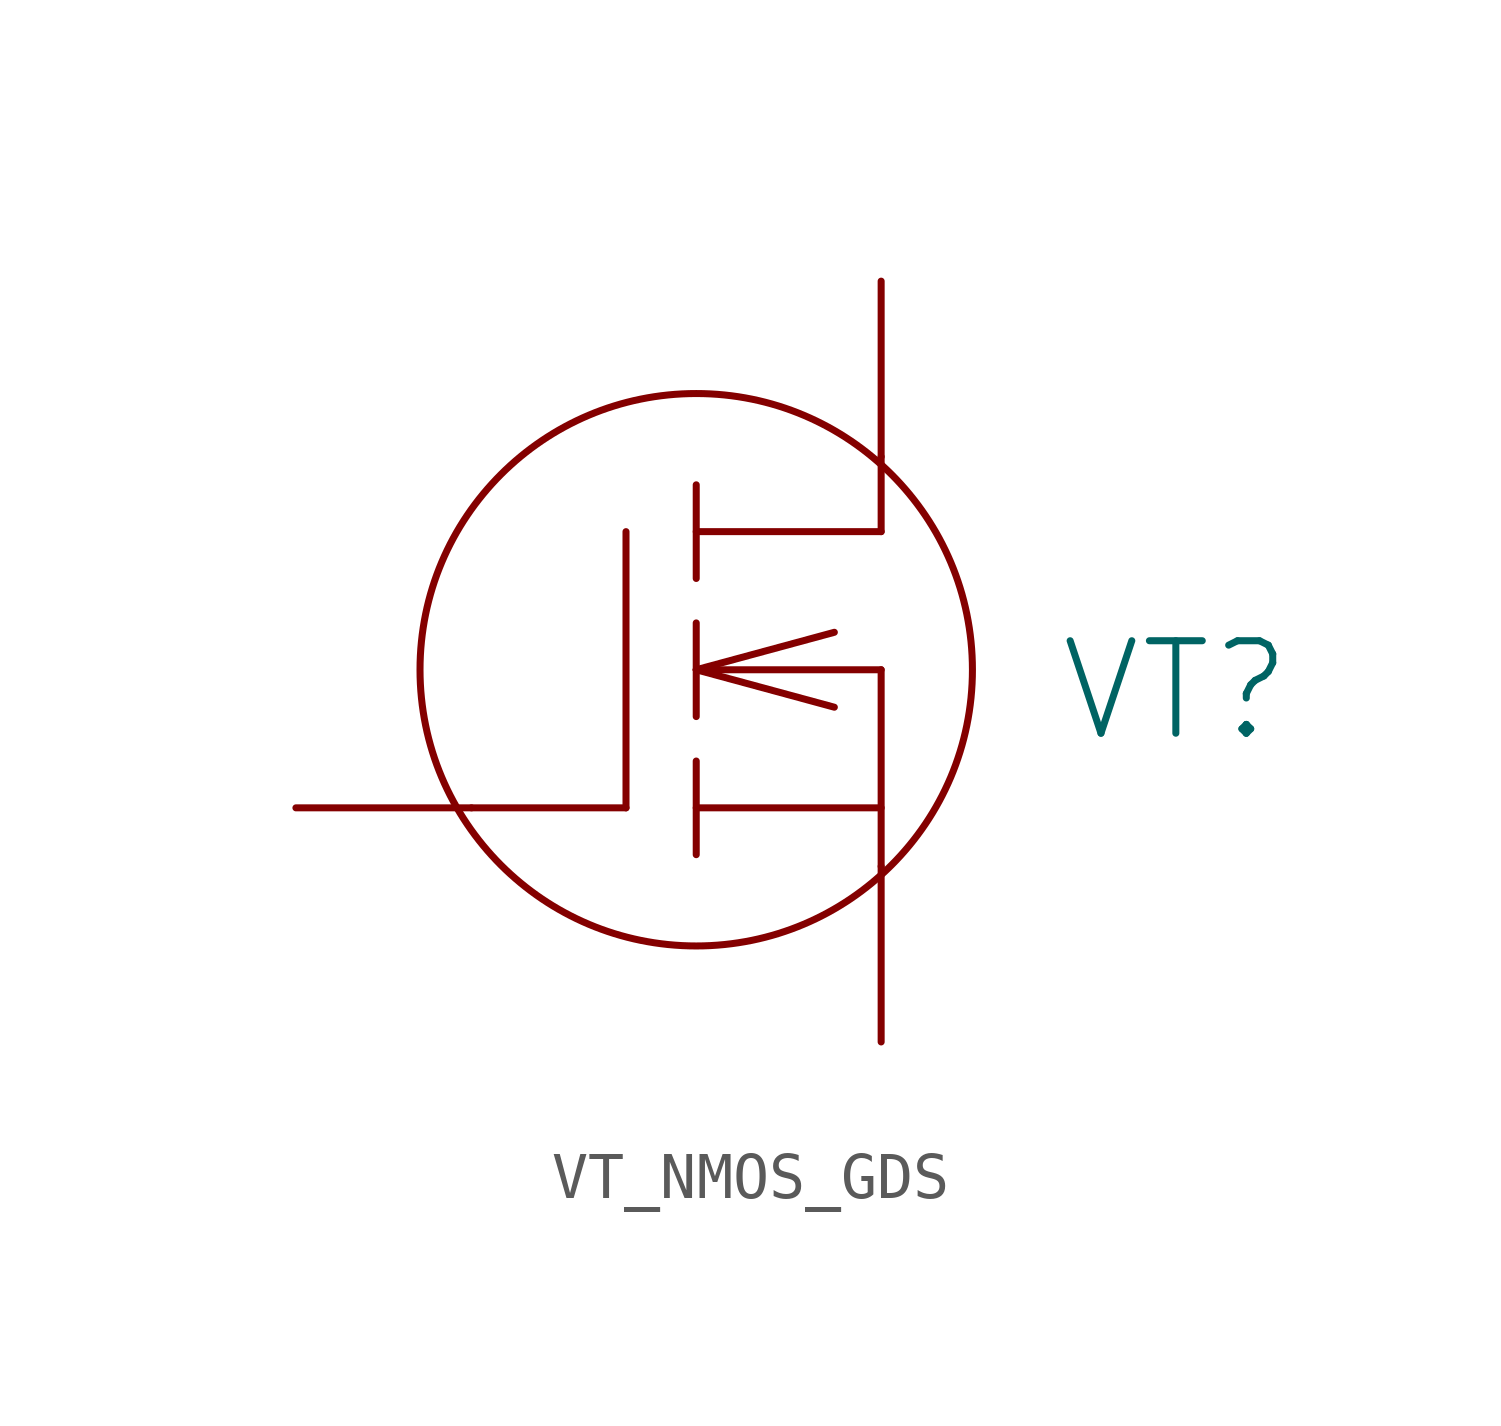
<source format=kicad_sym>
(kicad_symbol_lib
  (version 20231120)
  (generator "kicad_symbol_editor")
  (generator_version "8.0")
  (symbol "VT_NMOS_GDS"
    (pin_numbers hide)
    (pin_names
      (offset 0) hide)
    (property "Reference" "VT"
      (at 7.62 0 0)
      (effects (font (size 2.007 2.007)) (justify left)))
    (symbol "VT_NMOS_GDS_0_1"
      (circle (center -0.203 0.457) (radius 5.994) (stroke (width 0) (type solid)) (fill (type none)))
      (polyline (pts (xy -5.08 -2.54) (xy -1.727 -2.54)) (stroke (width 0) (type solid)) (fill (type none)))
      (polyline (pts (xy -1.727 -2.54) (xy -1.727 3.454)) (stroke (width 0) (type solid)) (fill (type none)))
      (polyline (pts (xy -0.203 -2.54) (xy 3.81 -2.54)) (stroke (width 0) (type solid)) (fill (type none)))
      (polyline (pts (xy -0.203 -1.524) (xy -0.203 -3.556)) (stroke (width 0) (type solid)) (fill (type none)))
      (polyline (pts (xy -0.203 0.457) (xy 2.794 -0.356)) (stroke (width 0) (type solid)) (fill (type none)))
      (polyline (pts (xy -0.203 0.457) (xy 2.794 1.27)) (stroke (width 0) (type solid)) (fill (type none)))
      (polyline (pts (xy -0.203 0.457) (xy 3.81 0.457)) (stroke (width 0) (type solid)) (fill (type none)))
      (polyline (pts (xy -0.203 1.473) (xy -0.203 -0.559)) (stroke (width 0) (type solid)) (fill (type none)))
      (polyline (pts (xy -0.203 3.454) (xy 3.81 3.454)) (stroke (width 0) (type solid)) (fill (type none)))
      (polyline (pts (xy -0.203 4.47) (xy -0.203 2.438)) (stroke (width 0) (type solid)) (fill (type none)))
      (polyline (pts (xy 3.81 -3.81) (xy 3.81 0.457)) (stroke (width 0) (type solid)) (fill (type none)))
      (polyline (pts (xy 3.81 5.08) (xy 3.81 3.454)) (stroke (width 0) (type solid)) (fill (type none))))
    (symbol "VT_NMOS_GDS_1_1"
      (pin passive line (at -8.89 -2.54 0) (length 3.81) (name "G" (effects (font (size 2.007 2.007)))) (number "1" (effects (font (size 2.007 2.007)))))
      (pin passive line (at 3.81 8.89 270) (length 3.81) (name "D" (effects (font (size 2.007 2.007)))) (number "2" (effects (font (size 2.007 2.007)))))
      (pin passive line (at 3.81 -7.62 90) (length 3.81) (name "S" (effects (font (size 2.007 2.007)))) (number "3" (effects (font (size 2.007 2.007))))))))
</source>
